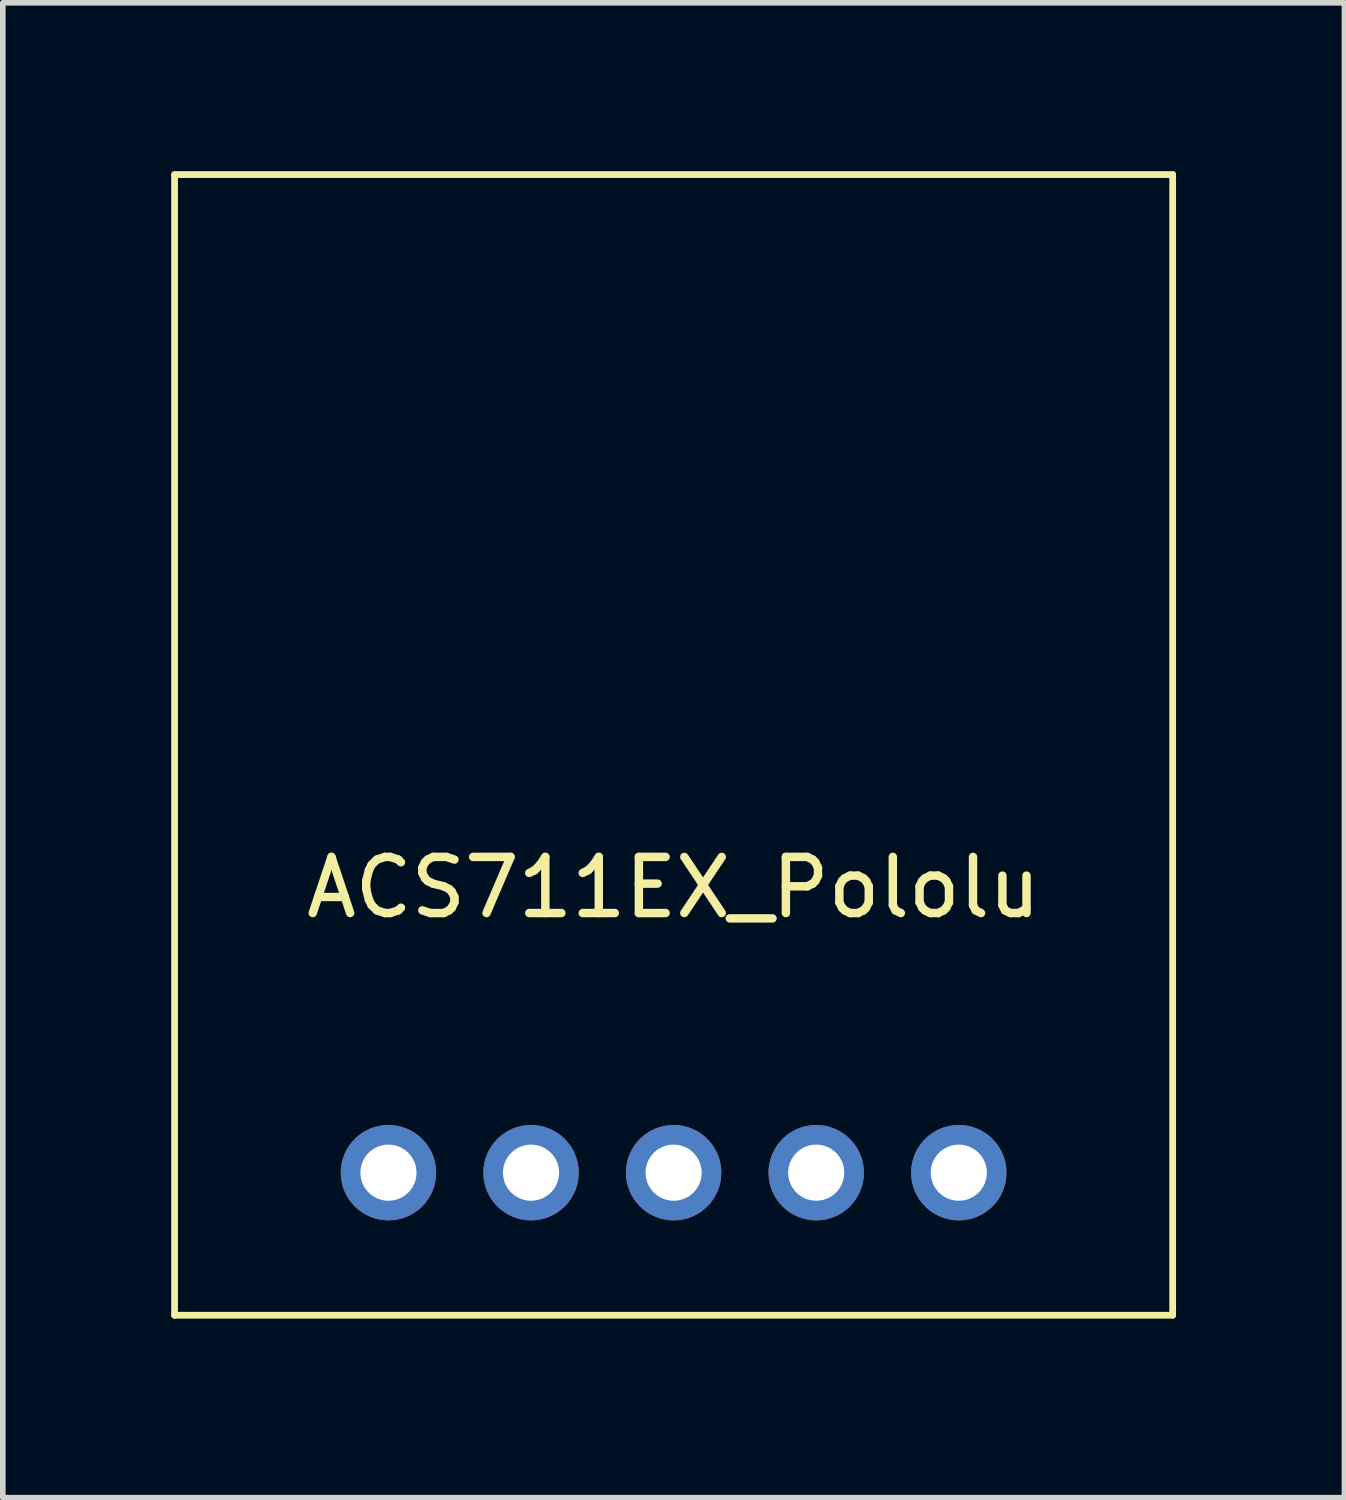
<source format=kicad_pcb>
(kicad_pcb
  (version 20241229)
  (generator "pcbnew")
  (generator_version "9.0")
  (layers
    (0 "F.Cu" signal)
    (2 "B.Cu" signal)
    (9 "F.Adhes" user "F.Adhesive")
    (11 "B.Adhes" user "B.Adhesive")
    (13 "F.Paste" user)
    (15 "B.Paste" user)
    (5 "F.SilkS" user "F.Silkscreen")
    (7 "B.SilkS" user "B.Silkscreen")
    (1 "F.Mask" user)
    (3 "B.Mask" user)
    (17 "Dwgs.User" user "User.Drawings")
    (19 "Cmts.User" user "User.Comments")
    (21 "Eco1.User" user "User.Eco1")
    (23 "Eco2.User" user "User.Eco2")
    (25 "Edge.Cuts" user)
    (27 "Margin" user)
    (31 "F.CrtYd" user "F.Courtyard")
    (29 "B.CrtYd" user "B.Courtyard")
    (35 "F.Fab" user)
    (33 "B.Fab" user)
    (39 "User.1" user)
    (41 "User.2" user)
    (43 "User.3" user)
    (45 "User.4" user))
  (footprint "ACS711EX_Pololu"
    (layer "F.Cu")
    (at 8.95 20.38)
    (property "Reference" "ACS711EX_Pololu" (at 0 -7.62 0) (layer "F.SilkS") (effects (font (size 1 1) (thickness 0.15))))
    (attr through_hole)
    (fp_line (start -8.89 -20.32) (end -8.89 0) (stroke (width 0.12) (type solid)) (layer "F.SilkS"))
    (fp_line (start -8.89 0) (end 8.89 0) (stroke (width 0.12) (type solid)) (layer "F.SilkS"))
    (fp_line (start 8.89 -20.32) (end -8.89 -20.32) (stroke (width 0.12) (type solid)) (layer "F.SilkS"))
    (fp_line (start 8.89 0) (end 8.89 -20.32) (stroke (width 0.12) (type solid)) (layer "F.SilkS"))
    (pad "1" thru_hole circle (at -5.08 -2.54) (size 1.7 1.7) (drill 1) (layers "*.Cu" "*.Mask"))
    (pad "2" thru_hole circle (at -2.54 -2.54) (size 1.7 1.7) (drill 1) (layers "*.Cu" "*.Mask"))
    (pad "3" thru_hole circle (at 0 -2.54) (size 1.7 1.7) (drill 1) (layers "*.Cu" "*.Mask"))
    (pad "4" thru_hole circle (at 2.54 -2.54) (size 1.7 1.7) (drill 1) (layers "*.Cu" "*.Mask"))
    (pad "5" thru_hole circle (at 5.08 -2.54) (size 1.7 1.7) (drill 1) (layers "*.Cu" "*.Mask")))
  (gr_rect
    (start -3 -3)
    (end 20.9 23.63)
    (stroke (width 0.1) (type default))
    (fill no)
    (layer "Edge.Cuts")))
</source>
